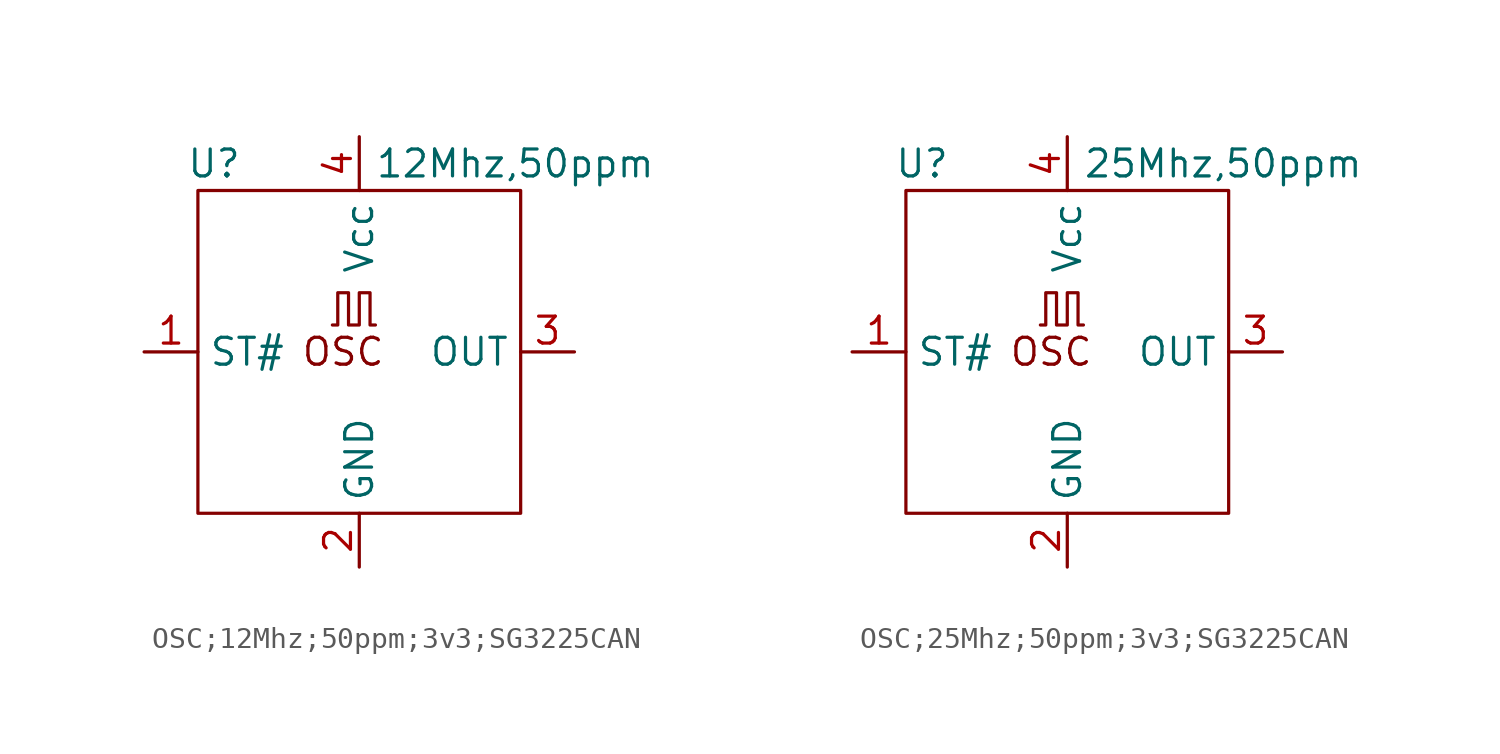
<source format=kicad_sym>
(kicad_symbol_lib
  (version 20231120)
  (generator "kicad_symbol_editor")
  (generator_version "8.0")
  (symbol "OSC;12Mhz;50ppm;3v3;SG3225CAN"
    (property "Reference" "U"
      (at 0.762 1.27 0)
      (effects (font (size 1.27 1.27))))
    (property "Value" "12Mhz,50ppm"
      (at 14.986 1.27 0)
      (effects (font (size 1.27 1.27))))
    (symbol "OSC;12Mhz;50ppm;3v3;SG3225CAN_0_0"
      (pin input line (at -2.54 -7.62 0) (length 2.54) (name "ST#" (effects (font (size 1.27 1.27)))) (number "1" (effects (font (size 1.27 1.27))))))
    (symbol "OSC;12Mhz;50ppm;3v3;SG3225CAN_0_1"
      (polyline (pts (xy 6.35 -6.35) (xy 6.604 -6.35) (xy 6.604 -4.826) (xy 7.112 -4.826) (xy 7.112 -6.35) (xy 7.62 -6.35) (xy 7.62 -4.826) (xy 8.128 -4.826) (xy 8.128 -6.35) (xy 8.382 -6.35)) (stroke (width 0) (type default)) (fill (type none)))
      (rectangle (start 0 0) (end 15.24 -15.24) (stroke (width 0) (type default)) (fill (type none))))
    (symbol "OSC;12Mhz;50ppm;3v3;SG3225CAN_1_0"
      (pin input line (at 7.62 -17.78 90) (length 2.54) (name "GND" (effects (font (size 1.27 1.27)))) (number "2" (effects (font (size 1.27 1.27)))))
      (pin output line (at 17.78 -7.62 180) (length 2.54) (name "OUT" (effects (font (size 1.27 1.27)))) (number "3" (effects (font (size 1.27 1.27)))))
      (pin power_in line (at 7.62 2.54 270) (length 2.54) (name "Vcc" (effects (font (size 1.27 1.27)))) (number "4" (effects (font (size 1.27 1.27))))))
    (symbol "OSC;12Mhz;50ppm;3v3;SG3225CAN_1_1"
      (text "OSC" (at 6.858 -7.62 0) (effects (font (size 1.27 1.27))))))
  (symbol "OSC;25Mhz;50ppm;3v3;SG3225CAN"
    (property "Reference" "U"
      (at 0.762 1.27 0)
      (effects (font (size 1.27 1.27))))
    (property "Value" "25Mhz,50ppm"
      (at 14.986 1.27 0)
      (effects (font (size 1.27 1.27))))
    (symbol "OSC;25Mhz;50ppm;3v3;SG3225CAN_0_0"
      (pin input line (at -2.54 -7.62 0) (length 2.54) (name "ST#" (effects (font (size 1.27 1.27)))) (number "1" (effects (font (size 1.27 1.27))))))
    (symbol "OSC;25Mhz;50ppm;3v3;SG3225CAN_0_1"
      (polyline (pts (xy 6.35 -6.35) (xy 6.604 -6.35) (xy 6.604 -4.826) (xy 7.112 -4.826) (xy 7.112 -6.35) (xy 7.62 -6.35) (xy 7.62 -4.826) (xy 8.128 -4.826) (xy 8.128 -6.35) (xy 8.382 -6.35)) (stroke (width 0) (type default)) (fill (type none)))
      (rectangle (start 0 0) (end 15.24 -15.24) (stroke (width 0) (type default)) (fill (type none))))
    (symbol "OSC;25Mhz;50ppm;3v3;SG3225CAN_1_0"
      (pin input line (at 7.62 -17.78 90) (length 2.54) (name "GND" (effects (font (size 1.27 1.27)))) (number "2" (effects (font (size 1.27 1.27)))))
      (pin output line (at 17.78 -7.62 180) (length 2.54) (name "OUT" (effects (font (size 1.27 1.27)))) (number "3" (effects (font (size 1.27 1.27)))))
      (pin power_in line (at 7.62 2.54 270) (length 2.54) (name "Vcc" (effects (font (size 1.27 1.27)))) (number "4" (effects (font (size 1.27 1.27))))))
    (symbol "OSC;25Mhz;50ppm;3v3;SG3225CAN_1_1"
      (text "OSC" (at 6.858 -7.62 0) (effects (font (size 1.27 1.27)))))))
</source>
